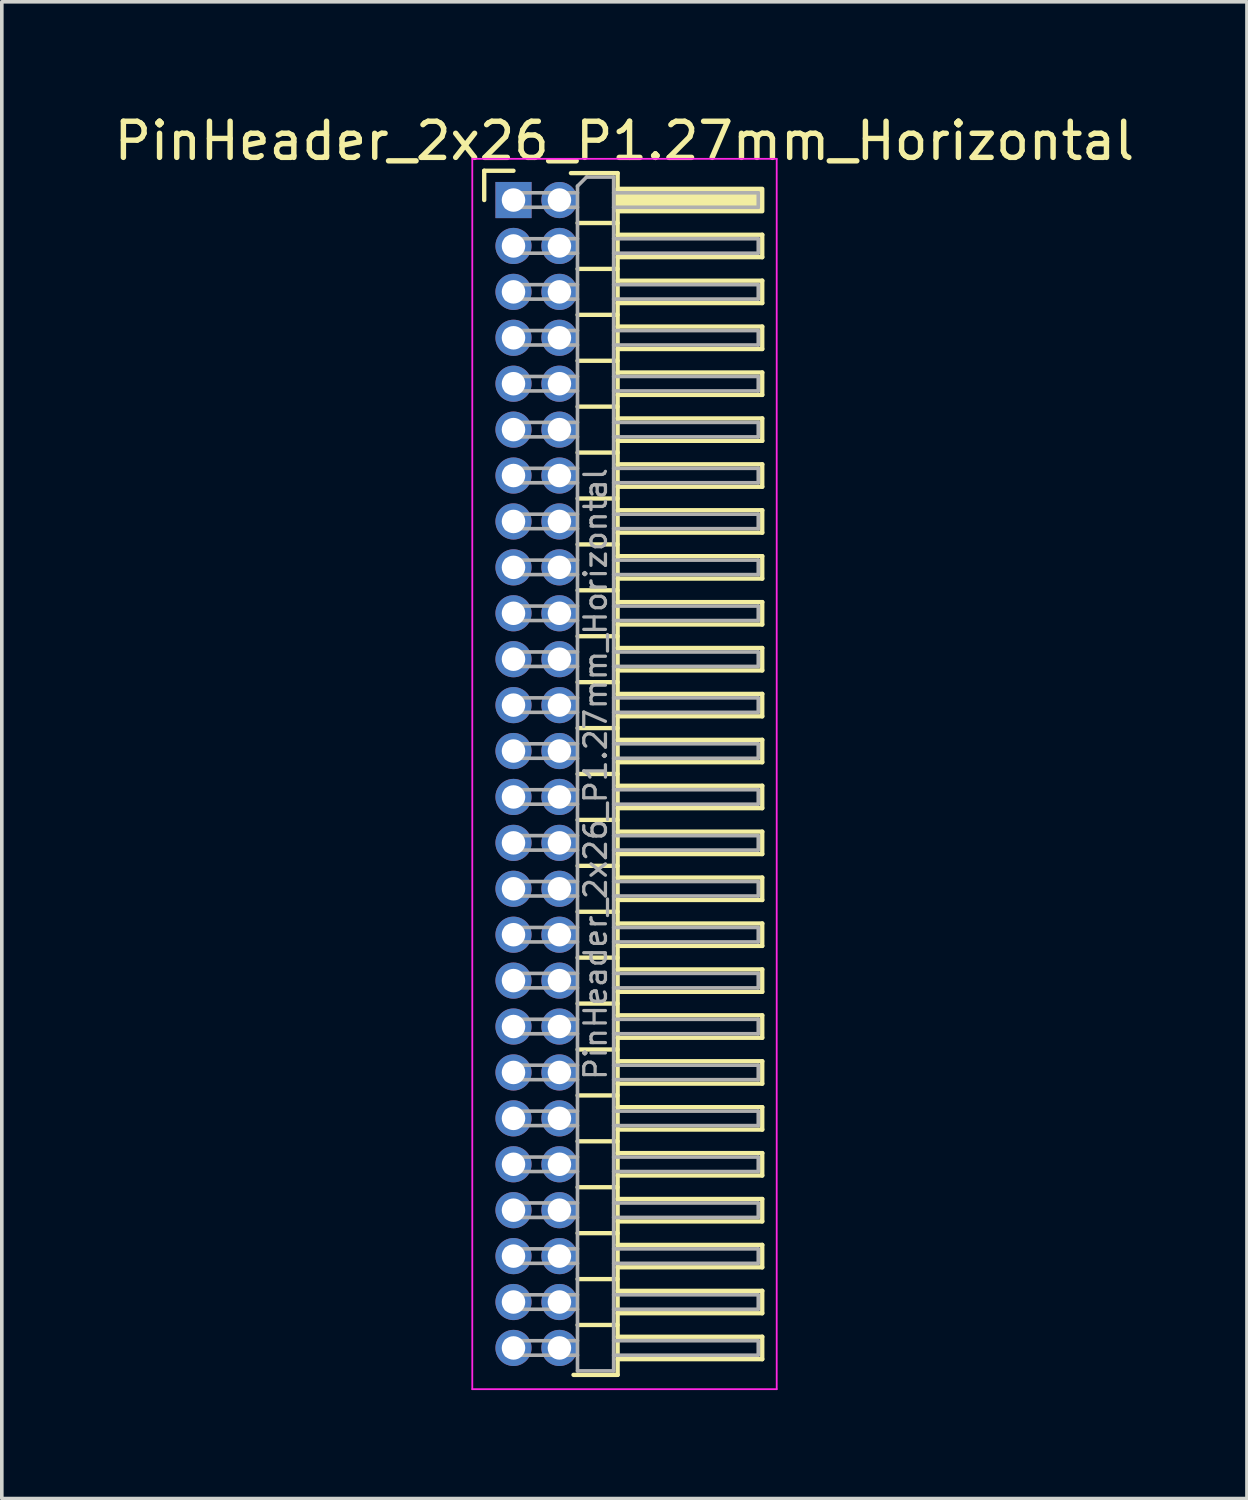
<source format=kicad_pcb>
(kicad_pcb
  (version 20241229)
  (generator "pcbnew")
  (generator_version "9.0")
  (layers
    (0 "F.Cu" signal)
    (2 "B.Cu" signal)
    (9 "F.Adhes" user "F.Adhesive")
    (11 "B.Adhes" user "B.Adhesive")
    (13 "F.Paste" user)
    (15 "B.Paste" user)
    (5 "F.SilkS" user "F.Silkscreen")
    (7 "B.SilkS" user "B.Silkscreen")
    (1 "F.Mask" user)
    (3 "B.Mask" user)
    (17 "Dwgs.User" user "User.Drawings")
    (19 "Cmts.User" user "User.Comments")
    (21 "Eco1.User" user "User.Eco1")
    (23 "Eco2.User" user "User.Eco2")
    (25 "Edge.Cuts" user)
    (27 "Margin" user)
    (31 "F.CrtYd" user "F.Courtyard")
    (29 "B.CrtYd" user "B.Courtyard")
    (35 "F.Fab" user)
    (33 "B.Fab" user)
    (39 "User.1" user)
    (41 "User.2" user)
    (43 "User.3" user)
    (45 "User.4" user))
  (footprint "PinHeader_2x26_P1.27mm_Horizontal"
    (layer "F.Cu")
    (at 11.153 2.483)
    (property "Reference" "PinHeader_2x26_P1.27mm_Horizontal" (at 3.067 -1.635 0) (layer "F.SilkS") (effects (font (size 1 1) (thickness 0.15))))
    (attr through_hole)
    (fp_line (start -0.81 -0.81) (end 0 -0.81) (stroke (width 0.12) (type solid)) (layer "F.SilkS"))
    (fp_line (start -0.81 0) (end -0.81 -0.81) (stroke (width 0.12) (type solid)) (layer "F.SilkS"))
    (fp_line (start 1.588 -0.745) (end 2.88 -0.745) (stroke (width 0.12) (type solid)) (layer "F.SilkS"))
    (fp_line (start 1.773 0.635) (end 2.88 0.635) (stroke (width 0.12) (type solid)) (layer "F.SilkS"))
    (fp_line (start 1.773 1.905) (end 2.88 1.905) (stroke (width 0.12) (type solid)) (layer "F.SilkS"))
    (fp_line (start 1.773 3.175) (end 2.88 3.175) (stroke (width 0.12) (type solid)) (layer "F.SilkS"))
    (fp_line (start 1.773 4.445) (end 2.88 4.445) (stroke (width 0.12) (type solid)) (layer "F.SilkS"))
    (fp_line (start 1.773 5.715) (end 2.88 5.715) (stroke (width 0.12) (type solid)) (layer "F.SilkS"))
    (fp_line (start 1.773 6.985) (end 2.88 6.985) (stroke (width 0.12) (type solid)) (layer "F.SilkS"))
    (fp_line (start 1.773 8.255) (end 2.88 8.255) (stroke (width 0.12) (type solid)) (layer "F.SilkS"))
    (fp_line (start 1.773 9.525) (end 2.88 9.525) (stroke (width 0.12) (type solid)) (layer "F.SilkS"))
    (fp_line (start 1.773 10.795) (end 2.88 10.795) (stroke (width 0.12) (type solid)) (layer "F.SilkS"))
    (fp_line (start 1.773 12.065) (end 2.88 12.065) (stroke (width 0.12) (type solid)) (layer "F.SilkS"))
    (fp_line (start 1.773 13.335) (end 2.88 13.335) (stroke (width 0.12) (type solid)) (layer "F.SilkS"))
    (fp_line (start 1.773 14.605) (end 2.88 14.605) (stroke (width 0.12) (type solid)) (layer "F.SilkS"))
    (fp_line (start 1.773 15.875) (end 2.88 15.875) (stroke (width 0.12) (type solid)) (layer "F.SilkS"))
    (fp_line (start 1.773 17.145) (end 2.88 17.145) (stroke (width 0.12) (type solid)) (layer "F.SilkS"))
    (fp_line (start 1.773 18.415) (end 2.88 18.415) (stroke (width 0.12) (type solid)) (layer "F.SilkS"))
    (fp_line (start 1.773 19.685) (end 2.88 19.685) (stroke (width 0.12) (type solid)) (layer "F.SilkS"))
    (fp_line (start 1.773 20.955) (end 2.88 20.955) (stroke (width 0.12) (type solid)) (layer "F.SilkS"))
    (fp_line (start 1.773 22.225) (end 2.88 22.225) (stroke (width 0.12) (type solid)) (layer "F.SilkS"))
    (fp_line (start 1.773 23.495) (end 2.88 23.495) (stroke (width 0.12) (type solid)) (layer "F.SilkS"))
    (fp_line (start 1.773 24.765) (end 2.88 24.765) (stroke (width 0.12) (type solid)) (layer "F.SilkS"))
    (fp_line (start 1.773 26.035) (end 2.88 26.035) (stroke (width 0.12) (type solid)) (layer "F.SilkS"))
    (fp_line (start 1.773 27.305) (end 2.88 27.305) (stroke (width 0.12) (type solid)) (layer "F.SilkS"))
    (fp_line (start 1.773 28.575) (end 2.88 28.575) (stroke (width 0.12) (type solid)) (layer "F.SilkS"))
    (fp_line (start 1.773 29.845) (end 2.88 29.845) (stroke (width 0.12) (type solid)) (layer "F.SilkS"))
    (fp_line (start 1.773 31.115) (end 2.88 31.115) (stroke (width 0.12) (type solid)) (layer "F.SilkS"))
    (fp_line (start 2.88 -0.745) (end 2.88 32.495) (stroke (width 0.12) (type solid)) (layer "F.SilkS"))
    (fp_line (start 2.88 0.96) (end 6.88 0.96) (stroke (width 0.12) (type solid)) (layer "F.SilkS"))
    (fp_line (start 2.88 2.23) (end 6.88 2.23) (stroke (width 0.12) (type solid)) (layer "F.SilkS"))
    (fp_line (start 2.88 3.5) (end 6.88 3.5) (stroke (width 0.12) (type solid)) (layer "F.SilkS"))
    (fp_line (start 2.88 4.77) (end 6.88 4.77) (stroke (width 0.12) (type solid)) (layer "F.SilkS"))
    (fp_line (start 2.88 6.04) (end 6.88 6.04) (stroke (width 0.12) (type solid)) (layer "F.SilkS"))
    (fp_line (start 2.88 7.31) (end 6.88 7.31) (stroke (width 0.12) (type solid)) (layer "F.SilkS"))
    (fp_line (start 2.88 8.58) (end 6.88 8.58) (stroke (width 0.12) (type solid)) (layer "F.SilkS"))
    (fp_line (start 2.88 9.85) (end 6.88 9.85) (stroke (width 0.12) (type solid)) (layer "F.SilkS"))
    (fp_line (start 2.88 11.12) (end 6.88 11.12) (stroke (width 0.12) (type solid)) (layer "F.SilkS"))
    (fp_line (start 2.88 12.39) (end 6.88 12.39) (stroke (width 0.12) (type solid)) (layer "F.SilkS"))
    (fp_line (start 2.88 13.66) (end 6.88 13.66) (stroke (width 0.12) (type solid)) (layer "F.SilkS"))
    (fp_line (start 2.88 14.93) (end 6.88 14.93) (stroke (width 0.12) (type solid)) (layer "F.SilkS"))
    (fp_line (start 2.88 16.2) (end 6.88 16.2) (stroke (width 0.12) (type solid)) (layer "F.SilkS"))
    (fp_line (start 2.88 17.47) (end 6.88 17.47) (stroke (width 0.12) (type solid)) (layer "F.SilkS"))
    (fp_line (start 2.88 18.74) (end 6.88 18.74) (stroke (width 0.12) (type solid)) (layer "F.SilkS"))
    (fp_line (start 2.88 20.01) (end 6.88 20.01) (stroke (width 0.12) (type solid)) (layer "F.SilkS"))
    (fp_line (start 2.88 21.28) (end 6.88 21.28) (stroke (width 0.12) (type solid)) (layer "F.SilkS"))
    (fp_line (start 2.88 22.55) (end 6.88 22.55) (stroke (width 0.12) (type solid)) (layer "F.SilkS"))
    (fp_line (start 2.88 23.82) (end 6.88 23.82) (stroke (width 0.12) (type solid)) (layer "F.SilkS"))
    (fp_line (start 2.88 25.09) (end 6.88 25.09) (stroke (width 0.12) (type solid)) (layer "F.SilkS"))
    (fp_line (start 2.88 26.36) (end 6.88 26.36) (stroke (width 0.12) (type solid)) (layer "F.SilkS"))
    (fp_line (start 2.88 27.63) (end 6.88 27.63) (stroke (width 0.12) (type solid)) (layer "F.SilkS"))
    (fp_line (start 2.88 28.9) (end 6.88 28.9) (stroke (width 0.12) (type solid)) (layer "F.SilkS"))
    (fp_line (start 2.88 30.17) (end 6.88 30.17) (stroke (width 0.12) (type solid)) (layer "F.SilkS"))
    (fp_line (start 2.88 31.44) (end 6.88 31.44) (stroke (width 0.12) (type solid)) (layer "F.SilkS"))
    (fp_line (start 2.88 32.495) (end 1.66 32.495) (stroke (width 0.12) (type solid)) (layer "F.SilkS"))
    (fp_line (start 6.88 0.96) (end 6.88 1.58) (stroke (width 0.12) (type solid)) (layer "F.SilkS"))
    (fp_line (start 6.88 1.58) (end 2.88 1.58) (stroke (width 0.12) (type solid)) (layer "F.SilkS"))
    (fp_line (start 6.88 2.23) (end 6.88 2.85) (stroke (width 0.12) (type solid)) (layer "F.SilkS"))
    (fp_line (start 6.88 2.85) (end 2.88 2.85) (stroke (width 0.12) (type solid)) (layer "F.SilkS"))
    (fp_line (start 6.88 3.5) (end 6.88 4.12) (stroke (width 0.12) (type solid)) (layer "F.SilkS"))
    (fp_line (start 6.88 4.12) (end 2.88 4.12) (stroke (width 0.12) (type solid)) (layer "F.SilkS"))
    (fp_line (start 6.88 4.77) (end 6.88 5.39) (stroke (width 0.12) (type solid)) (layer "F.SilkS"))
    (fp_line (start 6.88 5.39) (end 2.88 5.39) (stroke (width 0.12) (type solid)) (layer "F.SilkS"))
    (fp_line (start 6.88 6.04) (end 6.88 6.66) (stroke (width 0.12) (type solid)) (layer "F.SilkS"))
    (fp_line (start 6.88 6.66) (end 2.88 6.66) (stroke (width 0.12) (type solid)) (layer "F.SilkS"))
    (fp_line (start 6.88 7.31) (end 6.88 7.93) (stroke (width 0.12) (type solid)) (layer "F.SilkS"))
    (fp_line (start 6.88 7.93) (end 2.88 7.93) (stroke (width 0.12) (type solid)) (layer "F.SilkS"))
    (fp_line (start 6.88 8.58) (end 6.88 9.2) (stroke (width 0.12) (type solid)) (layer "F.SilkS"))
    (fp_line (start 6.88 9.2) (end 2.88 9.2) (stroke (width 0.12) (type solid)) (layer "F.SilkS"))
    (fp_line (start 6.88 9.85) (end 6.88 10.47) (stroke (width 0.12) (type solid)) (layer "F.SilkS"))
    (fp_line (start 6.88 10.47) (end 2.88 10.47) (stroke (width 0.12) (type solid)) (layer "F.SilkS"))
    (fp_line (start 6.88 11.12) (end 6.88 11.74) (stroke (width 0.12) (type solid)) (layer "F.SilkS"))
    (fp_line (start 6.88 11.74) (end 2.88 11.74) (stroke (width 0.12) (type solid)) (layer "F.SilkS"))
    (fp_line (start 6.88 12.39) (end 6.88 13.01) (stroke (width 0.12) (type solid)) (layer "F.SilkS"))
    (fp_line (start 6.88 13.01) (end 2.88 13.01) (stroke (width 0.12) (type solid)) (layer "F.SilkS"))
    (fp_line (start 6.88 13.66) (end 6.88 14.28) (stroke (width 0.12) (type solid)) (layer "F.SilkS"))
    (fp_line (start 6.88 14.28) (end 2.88 14.28) (stroke (width 0.12) (type solid)) (layer "F.SilkS"))
    (fp_line (start 6.88 14.93) (end 6.88 15.55) (stroke (width 0.12) (type solid)) (layer "F.SilkS"))
    (fp_line (start 6.88 15.55) (end 2.88 15.55) (stroke (width 0.12) (type solid)) (layer "F.SilkS"))
    (fp_line (start 6.88 16.2) (end 6.88 16.82) (stroke (width 0.12) (type solid)) (layer "F.SilkS"))
    (fp_line (start 6.88 16.82) (end 2.88 16.82) (stroke (width 0.12) (type solid)) (layer "F.SilkS"))
    (fp_line (start 6.88 17.47) (end 6.88 18.09) (stroke (width 0.12) (type solid)) (layer "F.SilkS"))
    (fp_line (start 6.88 18.09) (end 2.88 18.09) (stroke (width 0.12) (type solid)) (layer "F.SilkS"))
    (fp_line (start 6.88 18.74) (end 6.88 19.36) (stroke (width 0.12) (type solid)) (layer "F.SilkS"))
    (fp_line (start 6.88 19.36) (end 2.88 19.36) (stroke (width 0.12) (type solid)) (layer "F.SilkS"))
    (fp_line (start 6.88 20.01) (end 6.88 20.63) (stroke (width 0.12) (type solid)) (layer "F.SilkS"))
    (fp_line (start 6.88 20.63) (end 2.88 20.63) (stroke (width 0.12) (type solid)) (layer "F.SilkS"))
    (fp_line (start 6.88 21.28) (end 6.88 21.9) (stroke (width 0.12) (type solid)) (layer "F.SilkS"))
    (fp_line (start 6.88 21.9) (end 2.88 21.9) (stroke (width 0.12) (type solid)) (layer "F.SilkS"))
    (fp_line (start 6.88 22.55) (end 6.88 23.17) (stroke (width 0.12) (type solid)) (layer "F.SilkS"))
    (fp_line (start 6.88 23.17) (end 2.88 23.17) (stroke (width 0.12) (type solid)) (layer "F.SilkS"))
    (fp_line (start 6.88 23.82) (end 6.88 24.44) (stroke (width 0.12) (type solid)) (layer "F.SilkS"))
    (fp_line (start 6.88 24.44) (end 2.88 24.44) (stroke (width 0.12) (type solid)) (layer "F.SilkS"))
    (fp_line (start 6.88 25.09) (end 6.88 25.71) (stroke (width 0.12) (type solid)) (layer "F.SilkS"))
    (fp_line (start 6.88 25.71) (end 2.88 25.71) (stroke (width 0.12) (type solid)) (layer "F.SilkS"))
    (fp_line (start 6.88 26.36) (end 6.88 26.98) (stroke (width 0.12) (type solid)) (layer "F.SilkS"))
    (fp_line (start 6.88 26.98) (end 2.88 26.98) (stroke (width 0.12) (type solid)) (layer "F.SilkS"))
    (fp_line (start 6.88 27.63) (end 6.88 28.25) (stroke (width 0.12) (type solid)) (layer "F.SilkS"))
    (fp_line (start 6.88 28.25) (end 2.88 28.25) (stroke (width 0.12) (type solid)) (layer "F.SilkS"))
    (fp_line (start 6.88 28.9) (end 6.88 29.52) (stroke (width 0.12) (type solid)) (layer "F.SilkS"))
    (fp_line (start 6.88 29.52) (end 2.88 29.52) (stroke (width 0.12) (type solid)) (layer "F.SilkS"))
    (fp_line (start 6.88 30.17) (end 6.88 30.79) (stroke (width 0.12) (type solid)) (layer "F.SilkS"))
    (fp_line (start 6.88 30.79) (end 2.88 30.79) (stroke (width 0.12) (type solid)) (layer "F.SilkS"))
    (fp_line (start 6.88 31.44) (end 6.88 32.06) (stroke (width 0.12) (type solid)) (layer "F.SilkS"))
    (fp_line (start 6.88 32.06) (end 2.88 32.06) (stroke (width 0.12) (type solid)) (layer "F.SilkS"))
    (fp_rect (start 2.88 -0.31) (end 6.88 0.31) (stroke (width 0.12) (type solid)) (fill yes) (layer "F.SilkS"))
    (fp_line (start -1.14 -1.14) (end -1.14 32.89) (stroke (width 0.05) (type solid)) (layer "F.CrtYd"))
    (fp_line (start -1.14 32.89) (end 7.28 32.89) (stroke (width 0.05) (type solid)) (layer "F.CrtYd"))
    (fp_line (start 7.28 -1.14) (end -1.14 -1.14) (stroke (width 0.05) (type solid)) (layer "F.CrtYd"))
    (fp_line (start 7.28 32.89) (end 7.28 -1.14) (stroke (width 0.05) (type solid)) (layer "F.CrtYd"))
    (fp_line (start -0.2 -0.2) (end -0.2 0.2) (stroke (width 0.1) (type solid)) (layer "F.Fab"))
    (fp_line (start -0.2 -0.2) (end 1.77 -0.2) (stroke (width 0.1) (type solid)) (layer "F.Fab"))
    (fp_line (start -0.2 0.2) (end 1.77 0.2) (stroke (width 0.1) (type solid)) (layer "F.Fab"))
    (fp_line (start -0.2 1.07) (end -0.2 1.47) (stroke (width 0.1) (type solid)) (layer "F.Fab"))
    (fp_line (start -0.2 1.07) (end 1.77 1.07) (stroke (width 0.1) (type solid)) (layer "F.Fab"))
    (fp_line (start -0.2 1.47) (end 1.77 1.47) (stroke (width 0.1) (type solid)) (layer "F.Fab"))
    (fp_line (start -0.2 2.34) (end -0.2 2.74) (stroke (width 0.1) (type solid)) (layer "F.Fab"))
    (fp_line (start -0.2 2.34) (end 1.77 2.34) (stroke (width 0.1) (type solid)) (layer "F.Fab"))
    (fp_line (start -0.2 2.74) (end 1.77 2.74) (stroke (width 0.1) (type solid)) (layer "F.Fab"))
    (fp_line (start -0.2 3.61) (end -0.2 4.01) (stroke (width 0.1) (type solid)) (layer "F.Fab"))
    (fp_line (start -0.2 3.61) (end 1.77 3.61) (stroke (width 0.1) (type solid)) (layer "F.Fab"))
    (fp_line (start -0.2 4.01) (end 1.77 4.01) (stroke (width 0.1) (type solid)) (layer "F.Fab"))
    (fp_line (start -0.2 4.88) (end -0.2 5.28) (stroke (width 0.1) (type solid)) (layer "F.Fab"))
    (fp_line (start -0.2 4.88) (end 1.77 4.88) (stroke (width 0.1) (type solid)) (layer "F.Fab"))
    (fp_line (start -0.2 5.28) (end 1.77 5.28) (stroke (width 0.1) (type solid)) (layer "F.Fab"))
    (fp_line (start -0.2 6.15) (end -0.2 6.55) (stroke (width 0.1) (type solid)) (layer "F.Fab"))
    (fp_line (start -0.2 6.15) (end 1.77 6.15) (stroke (width 0.1) (type solid)) (layer "F.Fab"))
    (fp_line (start -0.2 6.55) (end 1.77 6.55) (stroke (width 0.1) (type solid)) (layer "F.Fab"))
    (fp_line (start -0.2 7.42) (end -0.2 7.82) (stroke (width 0.1) (type solid)) (layer "F.Fab"))
    (fp_line (start -0.2 7.42) (end 1.77 7.42) (stroke (width 0.1) (type solid)) (layer "F.Fab"))
    (fp_line (start -0.2 7.82) (end 1.77 7.82) (stroke (width 0.1) (type solid)) (layer "F.Fab"))
    (fp_line (start -0.2 8.69) (end -0.2 9.09) (stroke (width 0.1) (type solid)) (layer "F.Fab"))
    (fp_line (start -0.2 8.69) (end 1.77 8.69) (stroke (width 0.1) (type solid)) (layer "F.Fab"))
    (fp_line (start -0.2 9.09) (end 1.77 9.09) (stroke (width 0.1) (type solid)) (layer "F.Fab"))
    (fp_line (start -0.2 9.96) (end -0.2 10.36) (stroke (width 0.1) (type solid)) (layer "F.Fab"))
    (fp_line (start -0.2 9.96) (end 1.77 9.96) (stroke (width 0.1) (type solid)) (layer "F.Fab"))
    (fp_line (start -0.2 10.36) (end 1.77 10.36) (stroke (width 0.1) (type solid)) (layer "F.Fab"))
    (fp_line (start -0.2 11.23) (end -0.2 11.63) (stroke (width 0.1) (type solid)) (layer "F.Fab"))
    (fp_line (start -0.2 11.23) (end 1.77 11.23) (stroke (width 0.1) (type solid)) (layer "F.Fab"))
    (fp_line (start -0.2 11.63) (end 1.77 11.63) (stroke (width 0.1) (type solid)) (layer "F.Fab"))
    (fp_line (start -0.2 12.5) (end -0.2 12.9) (stroke (width 0.1) (type solid)) (layer "F.Fab"))
    (fp_line (start -0.2 12.5) (end 1.77 12.5) (stroke (width 0.1) (type solid)) (layer "F.Fab"))
    (fp_line (start -0.2 12.9) (end 1.77 12.9) (stroke (width 0.1) (type solid)) (layer "F.Fab"))
    (fp_line (start -0.2 13.77) (end -0.2 14.17) (stroke (width 0.1) (type solid)) (layer "F.Fab"))
    (fp_line (start -0.2 13.77) (end 1.77 13.77) (stroke (width 0.1) (type solid)) (layer "F.Fab"))
    (fp_line (start -0.2 14.17) (end 1.77 14.17) (stroke (width 0.1) (type solid)) (layer "F.Fab"))
    (fp_line (start -0.2 15.04) (end -0.2 15.44) (stroke (width 0.1) (type solid)) (layer "F.Fab"))
    (fp_line (start -0.2 15.04) (end 1.77 15.04) (stroke (width 0.1) (type solid)) (layer "F.Fab"))
    (fp_line (start -0.2 15.44) (end 1.77 15.44) (stroke (width 0.1) (type solid)) (layer "F.Fab"))
    (fp_line (start -0.2 16.31) (end -0.2 16.71) (stroke (width 0.1) (type solid)) (layer "F.Fab"))
    (fp_line (start -0.2 16.31) (end 1.77 16.31) (stroke (width 0.1) (type solid)) (layer "F.Fab"))
    (fp_line (start -0.2 16.71) (end 1.77 16.71) (stroke (width 0.1) (type solid)) (layer "F.Fab"))
    (fp_line (start -0.2 17.58) (end -0.2 17.98) (stroke (width 0.1) (type solid)) (layer "F.Fab"))
    (fp_line (start -0.2 17.58) (end 1.77 17.58) (stroke (width 0.1) (type solid)) (layer "F.Fab"))
    (fp_line (start -0.2 17.98) (end 1.77 17.98) (stroke (width 0.1) (type solid)) (layer "F.Fab"))
    (fp_line (start -0.2 18.85) (end -0.2 19.25) (stroke (width 0.1) (type solid)) (layer "F.Fab"))
    (fp_line (start -0.2 18.85) (end 1.77 18.85) (stroke (width 0.1) (type solid)) (layer "F.Fab"))
    (fp_line (start -0.2 19.25) (end 1.77 19.25) (stroke (width 0.1) (type solid)) (layer "F.Fab"))
    (fp_line (start -0.2 20.12) (end -0.2 20.52) (stroke (width 0.1) (type solid)) (layer "F.Fab"))
    (fp_line (start -0.2 20.12) (end 1.77 20.12) (stroke (width 0.1) (type solid)) (layer "F.Fab"))
    (fp_line (start -0.2 20.52) (end 1.77 20.52) (stroke (width 0.1) (type solid)) (layer "F.Fab"))
    (fp_line (start -0.2 21.39) (end -0.2 21.79) (stroke (width 0.1) (type solid)) (layer "F.Fab"))
    (fp_line (start -0.2 21.39) (end 1.77 21.39) (stroke (width 0.1) (type solid)) (layer "F.Fab"))
    (fp_line (start -0.2 21.79) (end 1.77 21.79) (stroke (width 0.1) (type solid)) (layer "F.Fab"))
    (fp_line (start -0.2 22.66) (end -0.2 23.06) (stroke (width 0.1) (type solid)) (layer "F.Fab"))
    (fp_line (start -0.2 22.66) (end 1.77 22.66) (stroke (width 0.1) (type solid)) (layer "F.Fab"))
    (fp_line (start -0.2 23.06) (end 1.77 23.06) (stroke (width 0.1) (type solid)) (layer "F.Fab"))
    (fp_line (start -0.2 23.93) (end -0.2 24.33) (stroke (width 0.1) (type solid)) (layer "F.Fab"))
    (fp_line (start -0.2 23.93) (end 1.77 23.93) (stroke (width 0.1) (type solid)) (layer "F.Fab"))
    (fp_line (start -0.2 24.33) (end 1.77 24.33) (stroke (width 0.1) (type solid)) (layer "F.Fab"))
    (fp_line (start -0.2 25.2) (end -0.2 25.6) (stroke (width 0.1) (type solid)) (layer "F.Fab"))
    (fp_line (start -0.2 25.2) (end 1.77 25.2) (stroke (width 0.1) (type solid)) (layer "F.Fab"))
    (fp_line (start -0.2 25.6) (end 1.77 25.6) (stroke (width 0.1) (type solid)) (layer "F.Fab"))
    (fp_line (start -0.2 26.47) (end -0.2 26.87) (stroke (width 0.1) (type solid)) (layer "F.Fab"))
    (fp_line (start -0.2 26.47) (end 1.77 26.47) (stroke (width 0.1) (type solid)) (layer "F.Fab"))
    (fp_line (start -0.2 26.87) (end 1.77 26.87) (stroke (width 0.1) (type solid)) (layer "F.Fab"))
    (fp_line (start -0.2 27.74) (end -0.2 28.14) (stroke (width 0.1) (type solid)) (layer "F.Fab"))
    (fp_line (start -0.2 27.74) (end 1.77 27.74) (stroke (width 0.1) (type solid)) (layer "F.Fab"))
    (fp_line (start -0.2 28.14) (end 1.77 28.14) (stroke (width 0.1) (type solid)) (layer "F.Fab"))
    (fp_line (start -0.2 29.01) (end -0.2 29.41) (stroke (width 0.1) (type solid)) (layer "F.Fab"))
    (fp_line (start -0.2 29.01) (end 1.77 29.01) (stroke (width 0.1) (type solid)) (layer "F.Fab"))
    (fp_line (start -0.2 29.41) (end 1.77 29.41) (stroke (width 0.1) (type solid)) (layer "F.Fab"))
    (fp_line (start -0.2 30.28) (end -0.2 30.68) (stroke (width 0.1) (type solid)) (layer "F.Fab"))
    (fp_line (start -0.2 30.28) (end 1.77 30.28) (stroke (width 0.1) (type solid)) (layer "F.Fab"))
    (fp_line (start -0.2 30.68) (end 1.77 30.68) (stroke (width 0.1) (type solid)) (layer "F.Fab"))
    (fp_line (start -0.2 31.55) (end -0.2 31.95) (stroke (width 0.1) (type solid)) (layer "F.Fab"))
    (fp_line (start -0.2 31.55) (end 1.77 31.55) (stroke (width 0.1) (type solid)) (layer "F.Fab"))
    (fp_line (start -0.2 31.95) (end 1.77 31.95) (stroke (width 0.1) (type solid)) (layer "F.Fab"))
    (fp_line (start 1.77 -0.385) (end 2.02 -0.635) (stroke (width 0.1) (type solid)) (layer "F.Fab"))
    (fp_line (start 1.77 32.385) (end 1.77 -0.385) (stroke (width 0.1) (type solid)) (layer "F.Fab"))
    (fp_line (start 2.02 -0.635) (end 2.77 -0.635) (stroke (width 0.1) (type solid)) (layer "F.Fab"))
    (fp_line (start 2.77 -0.635) (end 2.77 32.385) (stroke (width 0.1) (type solid)) (layer "F.Fab"))
    (fp_line (start 2.77 -0.2) (end 6.77 -0.2) (stroke (width 0.1) (type solid)) (layer "F.Fab"))
    (fp_line (start 2.77 0.2) (end 6.77 0.2) (stroke (width 0.1) (type solid)) (layer "F.Fab"))
    (fp_line (start 2.77 1.07) (end 6.77 1.07) (stroke (width 0.1) (type solid)) (layer "F.Fab"))
    (fp_line (start 2.77 1.47) (end 6.77 1.47) (stroke (width 0.1) (type solid)) (layer "F.Fab"))
    (fp_line (start 2.77 2.34) (end 6.77 2.34) (stroke (width 0.1) (type solid)) (layer "F.Fab"))
    (fp_line (start 2.77 2.74) (end 6.77 2.74) (stroke (width 0.1) (type solid)) (layer "F.Fab"))
    (fp_line (start 2.77 3.61) (end 6.77 3.61) (stroke (width 0.1) (type solid)) (layer "F.Fab"))
    (fp_line (start 2.77 4.01) (end 6.77 4.01) (stroke (width 0.1) (type solid)) (layer "F.Fab"))
    (fp_line (start 2.77 4.88) (end 6.77 4.88) (stroke (width 0.1) (type solid)) (layer "F.Fab"))
    (fp_line (start 2.77 5.28) (end 6.77 5.28) (stroke (width 0.1) (type solid)) (layer "F.Fab"))
    (fp_line (start 2.77 6.15) (end 6.77 6.15) (stroke (width 0.1) (type solid)) (layer "F.Fab"))
    (fp_line (start 2.77 6.55) (end 6.77 6.55) (stroke (width 0.1) (type solid)) (layer "F.Fab"))
    (fp_line (start 2.77 7.42) (end 6.77 7.42) (stroke (width 0.1) (type solid)) (layer "F.Fab"))
    (fp_line (start 2.77 7.82) (end 6.77 7.82) (stroke (width 0.1) (type solid)) (layer "F.Fab"))
    (fp_line (start 2.77 8.69) (end 6.77 8.69) (stroke (width 0.1) (type solid)) (layer "F.Fab"))
    (fp_line (start 2.77 9.09) (end 6.77 9.09) (stroke (width 0.1) (type solid)) (layer "F.Fab"))
    (fp_line (start 2.77 9.96) (end 6.77 9.96) (stroke (width 0.1) (type solid)) (layer "F.Fab"))
    (fp_line (start 2.77 10.36) (end 6.77 10.36) (stroke (width 0.1) (type solid)) (layer "F.Fab"))
    (fp_line (start 2.77 11.23) (end 6.77 11.23) (stroke (width 0.1) (type solid)) (layer "F.Fab"))
    (fp_line (start 2.77 11.63) (end 6.77 11.63) (stroke (width 0.1) (type solid)) (layer "F.Fab"))
    (fp_line (start 2.77 12.5) (end 6.77 12.5) (stroke (width 0.1) (type solid)) (layer "F.Fab"))
    (fp_line (start 2.77 12.9) (end 6.77 12.9) (stroke (width 0.1) (type solid)) (layer "F.Fab"))
    (fp_line (start 2.77 13.77) (end 6.77 13.77) (stroke (width 0.1) (type solid)) (layer "F.Fab"))
    (fp_line (start 2.77 14.17) (end 6.77 14.17) (stroke (width 0.1) (type solid)) (layer "F.Fab"))
    (fp_line (start 2.77 15.04) (end 6.77 15.04) (stroke (width 0.1) (type solid)) (layer "F.Fab"))
    (fp_line (start 2.77 15.44) (end 6.77 15.44) (stroke (width 0.1) (type solid)) (layer "F.Fab"))
    (fp_line (start 2.77 16.31) (end 6.77 16.31) (stroke (width 0.1) (type solid)) (layer "F.Fab"))
    (fp_line (start 2.77 16.71) (end 6.77 16.71) (stroke (width 0.1) (type solid)) (layer "F.Fab"))
    (fp_line (start 2.77 17.58) (end 6.77 17.58) (stroke (width 0.1) (type solid)) (layer "F.Fab"))
    (fp_line (start 2.77 17.98) (end 6.77 17.98) (stroke (width 0.1) (type solid)) (layer "F.Fab"))
    (fp_line (start 2.77 18.85) (end 6.77 18.85) (stroke (width 0.1) (type solid)) (layer "F.Fab"))
    (fp_line (start 2.77 19.25) (end 6.77 19.25) (stroke (width 0.1) (type solid)) (layer "F.Fab"))
    (fp_line (start 2.77 20.12) (end 6.77 20.12) (stroke (width 0.1) (type solid)) (layer "F.Fab"))
    (fp_line (start 2.77 20.52) (end 6.77 20.52) (stroke (width 0.1) (type solid)) (layer "F.Fab"))
    (fp_line (start 2.77 21.39) (end 6.77 21.39) (stroke (width 0.1) (type solid)) (layer "F.Fab"))
    (fp_line (start 2.77 21.79) (end 6.77 21.79) (stroke (width 0.1) (type solid)) (layer "F.Fab"))
    (fp_line (start 2.77 22.66) (end 6.77 22.66) (stroke (width 0.1) (type solid)) (layer "F.Fab"))
    (fp_line (start 2.77 23.06) (end 6.77 23.06) (stroke (width 0.1) (type solid)) (layer "F.Fab"))
    (fp_line (start 2.77 23.93) (end 6.77 23.93) (stroke (width 0.1) (type solid)) (layer "F.Fab"))
    (fp_line (start 2.77 24.33) (end 6.77 24.33) (stroke (width 0.1) (type solid)) (layer "F.Fab"))
    (fp_line (start 2.77 25.2) (end 6.77 25.2) (stroke (width 0.1) (type solid)) (layer "F.Fab"))
    (fp_line (start 2.77 25.6) (end 6.77 25.6) (stroke (width 0.1) (type solid)) (layer "F.Fab"))
    (fp_line (start 2.77 26.47) (end 6.77 26.47) (stroke (width 0.1) (type solid)) (layer "F.Fab"))
    (fp_line (start 2.77 26.87) (end 6.77 26.87) (stroke (width 0.1) (type solid)) (layer "F.Fab"))
    (fp_line (start 2.77 27.74) (end 6.77 27.74) (stroke (width 0.1) (type solid)) (layer "F.Fab"))
    (fp_line (start 2.77 28.14) (end 6.77 28.14) (stroke (width 0.1) (type solid)) (layer "F.Fab"))
    (fp_line (start 2.77 29.01) (end 6.77 29.01) (stroke (width 0.1) (type solid)) (layer "F.Fab"))
    (fp_line (start 2.77 29.41) (end 6.77 29.41) (stroke (width 0.1) (type solid)) (layer "F.Fab"))
    (fp_line (start 2.77 30.28) (end 6.77 30.28) (stroke (width 0.1) (type solid)) (layer "F.Fab"))
    (fp_line (start 2.77 30.68) (end 6.77 30.68) (stroke (width 0.1) (type solid)) (layer "F.Fab"))
    (fp_line (start 2.77 31.55) (end 6.77 31.55) (stroke (width 0.1) (type solid)) (layer "F.Fab"))
    (fp_line (start 2.77 31.95) (end 6.77 31.95) (stroke (width 0.1) (type solid)) (layer "F.Fab"))
    (fp_line (start 2.77 32.385) (end 1.77 32.385) (stroke (width 0.1) (type solid)) (layer "F.Fab"))
    (fp_line (start 6.77 -0.2) (end 6.77 0.2) (stroke (width 0.1) (type solid)) (layer "F.Fab"))
    (fp_line (start 6.77 1.07) (end 6.77 1.47) (stroke (width 0.1) (type solid)) (layer "F.Fab"))
    (fp_line (start 6.77 2.34) (end 6.77 2.74) (stroke (width 0.1) (type solid)) (layer "F.Fab"))
    (fp_line (start 6.77 3.61) (end 6.77 4.01) (stroke (width 0.1) (type solid)) (layer "F.Fab"))
    (fp_line (start 6.77 4.88) (end 6.77 5.28) (stroke (width 0.1) (type solid)) (layer "F.Fab"))
    (fp_line (start 6.77 6.15) (end 6.77 6.55) (stroke (width 0.1) (type solid)) (layer "F.Fab"))
    (fp_line (start 6.77 7.42) (end 6.77 7.82) (stroke (width 0.1) (type solid)) (layer "F.Fab"))
    (fp_line (start 6.77 8.69) (end 6.77 9.09) (stroke (width 0.1) (type solid)) (layer "F.Fab"))
    (fp_line (start 6.77 9.96) (end 6.77 10.36) (stroke (width 0.1) (type solid)) (layer "F.Fab"))
    (fp_line (start 6.77 11.23) (end 6.77 11.63) (stroke (width 0.1) (type solid)) (layer "F.Fab"))
    (fp_line (start 6.77 12.5) (end 6.77 12.9) (stroke (width 0.1) (type solid)) (layer "F.Fab"))
    (fp_line (start 6.77 13.77) (end 6.77 14.17) (stroke (width 0.1) (type solid)) (layer "F.Fab"))
    (fp_line (start 6.77 15.04) (end 6.77 15.44) (stroke (width 0.1) (type solid)) (layer "F.Fab"))
    (fp_line (start 6.77 16.31) (end 6.77 16.71) (stroke (width 0.1) (type solid)) (layer "F.Fab"))
    (fp_line (start 6.77 17.58) (end 6.77 17.98) (stroke (width 0.1) (type solid)) (layer "F.Fab"))
    (fp_line (start 6.77 18.85) (end 6.77 19.25) (stroke (width 0.1) (type solid)) (layer "F.Fab"))
    (fp_line (start 6.77 20.12) (end 6.77 20.52) (stroke (width 0.1) (type solid)) (layer "F.Fab"))
    (fp_line (start 6.77 21.39) (end 6.77 21.79) (stroke (width 0.1) (type solid)) (layer "F.Fab"))
    (fp_line (start 6.77 22.66) (end 6.77 23.06) (stroke (width 0.1) (type solid)) (layer "F.Fab"))
    (fp_line (start 6.77 23.93) (end 6.77 24.33) (stroke (width 0.1) (type solid)) (layer "F.Fab"))
    (fp_line (start 6.77 25.2) (end 6.77 25.6) (stroke (width 0.1) (type solid)) (layer "F.Fab"))
    (fp_line (start 6.77 26.47) (end 6.77 26.87) (stroke (width 0.1) (type solid)) (layer "F.Fab"))
    (fp_line (start 6.77 27.74) (end 6.77 28.14) (stroke (width 0.1) (type solid)) (layer "F.Fab"))
    (fp_line (start 6.77 29.01) (end 6.77 29.41) (stroke (width 0.1) (type solid)) (layer "F.Fab"))
    (fp_line (start 6.77 30.28) (end 6.77 30.68) (stroke (width 0.1) (type solid)) (layer "F.Fab"))
    (fp_line (start 6.77 31.55) (end 6.77 31.95) (stroke (width 0.1) (type solid)) (layer "F.Fab"))
    (fp_text user "${REFERENCE}" (at 2.27 15.875 90) (layer "F.Fab") (effects (font (size 0.6 0.6) (thickness 0.09))))
    (pad "1" thru_hole rect (at 0 0) (size 1 1) (drill 0.65) (layers "*.Cu" "*.Mask"))
    (pad "2" thru_hole circle (at 1.27 0) (size 1 1) (drill 0.65) (layers "*.Cu" "*.Mask"))
    (pad "3" thru_hole circle (at 0 1.27) (size 1 1) (drill 0.65) (layers "*.Cu" "*.Mask"))
    (pad "4" thru_hole circle (at 1.27 1.27) (size 1 1) (drill 0.65) (layers "*.Cu" "*.Mask"))
    (pad "5" thru_hole circle (at 0 2.54) (size 1 1) (drill 0.65) (layers "*.Cu" "*.Mask"))
    (pad "6" thru_hole circle (at 1.27 2.54) (size 1 1) (drill 0.65) (layers "*.Cu" "*.Mask"))
    (pad "7" thru_hole circle (at 0 3.81) (size 1 1) (drill 0.65) (layers "*.Cu" "*.Mask"))
    (pad "8" thru_hole circle (at 1.27 3.81) (size 1 1) (drill 0.65) (layers "*.Cu" "*.Mask"))
    (pad "9" thru_hole circle (at 0 5.08) (size 1 1) (drill 0.65) (layers "*.Cu" "*.Mask"))
    (pad "10" thru_hole circle (at 1.27 5.08) (size 1 1) (drill 0.65) (layers "*.Cu" "*.Mask"))
    (pad "11" thru_hole circle (at 0 6.35) (size 1 1) (drill 0.65) (layers "*.Cu" "*.Mask"))
    (pad "12" thru_hole circle (at 1.27 6.35) (size 1 1) (drill 0.65) (layers "*.Cu" "*.Mask"))
    (pad "13" thru_hole circle (at 0 7.62) (size 1 1) (drill 0.65) (layers "*.Cu" "*.Mask"))
    (pad "14" thru_hole circle (at 1.27 7.62) (size 1 1) (drill 0.65) (layers "*.Cu" "*.Mask"))
    (pad "15" thru_hole circle (at 0 8.89) (size 1 1) (drill 0.65) (layers "*.Cu" "*.Mask"))
    (pad "16" thru_hole circle (at 1.27 8.89) (size 1 1) (drill 0.65) (layers "*.Cu" "*.Mask"))
    (pad "17" thru_hole circle (at 0 10.16) (size 1 1) (drill 0.65) (layers "*.Cu" "*.Mask"))
    (pad "18" thru_hole circle (at 1.27 10.16) (size 1 1) (drill 0.65) (layers "*.Cu" "*.Mask"))
    (pad "19" thru_hole circle (at 0 11.43) (size 1 1) (drill 0.65) (layers "*.Cu" "*.Mask"))
    (pad "20" thru_hole circle (at 1.27 11.43) (size 1 1) (drill 0.65) (layers "*.Cu" "*.Mask"))
    (pad "21" thru_hole circle (at 0 12.7) (size 1 1) (drill 0.65) (layers "*.Cu" "*.Mask"))
    (pad "22" thru_hole circle (at 1.27 12.7) (size 1 1) (drill 0.65) (layers "*.Cu" "*.Mask"))
    (pad "23" thru_hole circle (at 0 13.97) (size 1 1) (drill 0.65) (layers "*.Cu" "*.Mask"))
    (pad "24" thru_hole circle (at 1.27 13.97) (size 1 1) (drill 0.65) (layers "*.Cu" "*.Mask"))
    (pad "25" thru_hole circle (at 0 15.24) (size 1 1) (drill 0.65) (layers "*.Cu" "*.Mask"))
    (pad "26" thru_hole circle (at 1.27 15.24) (size 1 1) (drill 0.65) (layers "*.Cu" "*.Mask"))
    (pad "27" thru_hole circle (at 0 16.51) (size 1 1) (drill 0.65) (layers "*.Cu" "*.Mask"))
    (pad "28" thru_hole circle (at 1.27 16.51) (size 1 1) (drill 0.65) (layers "*.Cu" "*.Mask"))
    (pad "29" thru_hole circle (at 0 17.78) (size 1 1) (drill 0.65) (layers "*.Cu" "*.Mask"))
    (pad "30" thru_hole circle (at 1.27 17.78) (size 1 1) (drill 0.65) (layers "*.Cu" "*.Mask"))
    (pad "31" thru_hole circle (at 0 19.05) (size 1 1) (drill 0.65) (layers "*.Cu" "*.Mask"))
    (pad "32" thru_hole circle (at 1.27 19.05) (size 1 1) (drill 0.65) (layers "*.Cu" "*.Mask"))
    (pad "33" thru_hole circle (at 0 20.32) (size 1 1) (drill 0.65) (layers "*.Cu" "*.Mask"))
    (pad "34" thru_hole circle (at 1.27 20.32) (size 1 1) (drill 0.65) (layers "*.Cu" "*.Mask"))
    (pad "35" thru_hole circle (at 0 21.59) (size 1 1) (drill 0.65) (layers "*.Cu" "*.Mask"))
    (pad "36" thru_hole circle (at 1.27 21.59) (size 1 1) (drill 0.65) (layers "*.Cu" "*.Mask"))
    (pad "37" thru_hole circle (at 0 22.86) (size 1 1) (drill 0.65) (layers "*.Cu" "*.Mask"))
    (pad "38" thru_hole circle (at 1.27 22.86) (size 1 1) (drill 0.65) (layers "*.Cu" "*.Mask"))
    (pad "39" thru_hole circle (at 0 24.13) (size 1 1) (drill 0.65) (layers "*.Cu" "*.Mask"))
    (pad "40" thru_hole circle (at 1.27 24.13) (size 1 1) (drill 0.65) (layers "*.Cu" "*.Mask"))
    (pad "41" thru_hole circle (at 0 25.4) (size 1 1) (drill 0.65) (layers "*.Cu" "*.Mask"))
    (pad "42" thru_hole circle (at 1.27 25.4) (size 1 1) (drill 0.65) (layers "*.Cu" "*.Mask"))
    (pad "43" thru_hole circle (at 0 26.67) (size 1 1) (drill 0.65) (layers "*.Cu" "*.Mask"))
    (pad "44" thru_hole circle (at 1.27 26.67) (size 1 1) (drill 0.65) (layers "*.Cu" "*.Mask"))
    (pad "45" thru_hole circle (at 0 27.94) (size 1 1) (drill 0.65) (layers "*.Cu" "*.Mask"))
    (pad "46" thru_hole circle (at 1.27 27.94) (size 1 1) (drill 0.65) (layers "*.Cu" "*.Mask"))
    (pad "47" thru_hole circle (at 0 29.21) (size 1 1) (drill 0.65) (layers "*.Cu" "*.Mask"))
    (pad "48" thru_hole circle (at 1.27 29.21) (size 1 1) (drill 0.65) (layers "*.Cu" "*.Mask"))
    (pad "49" thru_hole circle (at 0 30.48) (size 1 1) (drill 0.65) (layers "*.Cu" "*.Mask"))
    (pad "50" thru_hole circle (at 1.27 30.48) (size 1 1) (drill 0.65) (layers "*.Cu" "*.Mask"))
    (pad "51" thru_hole circle (at 0 31.75) (size 1 1) (drill 0.65) (layers "*.Cu" "*.Mask"))
    (pad "52" thru_hole circle (at 1.27 31.75) (size 1 1) (drill 0.65) (layers "*.Cu" "*.Mask")))
  (gr_rect
    (start -3 -3)
    (end 31.44 38.398)
    (stroke (width 0.1) (type default))
    (fill no)
    (layer "Edge.Cuts")))
</source>
